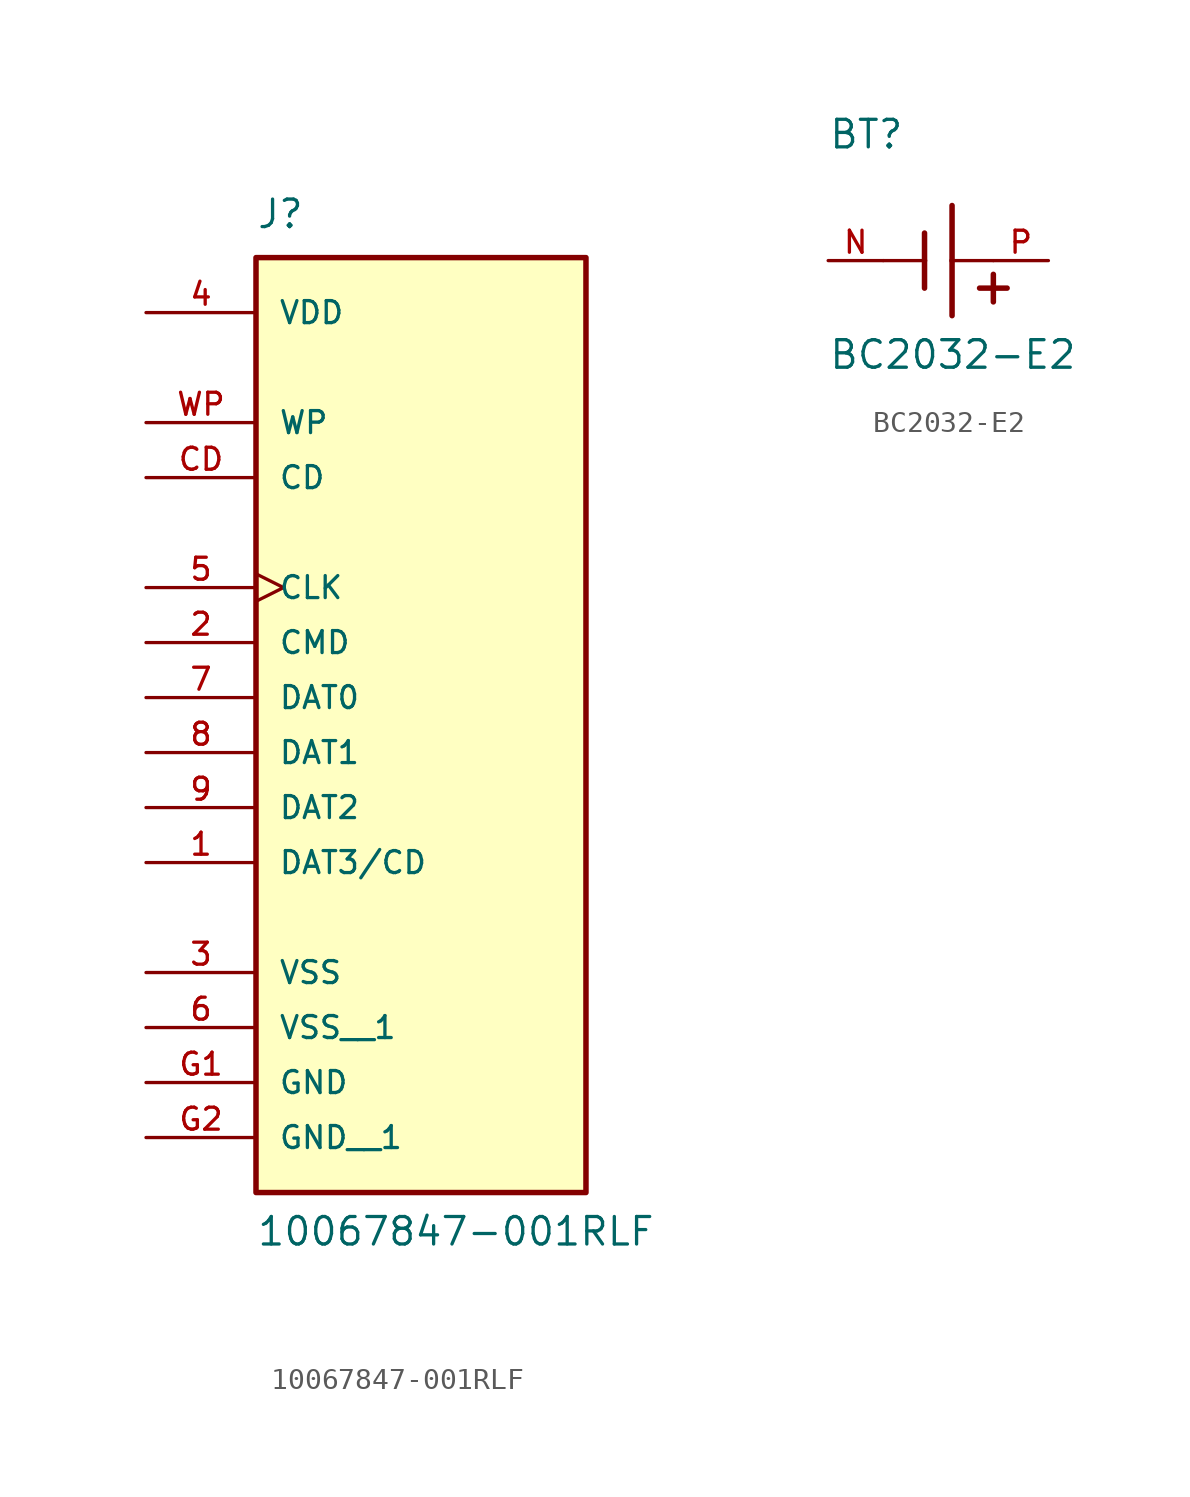
<source format=kicad_sym>
(kicad_symbol_lib
  (version 20231120)
  (generator "kicad_symbol_editor")
  (generator_version "8.0")
  (symbol "10067847-001RLF"
    (pin_names
      (offset 1.016))
    (property "Reference" "J"
      (at -7.62 19.05 0)
      (effects (font (size 1.27 1.27)) (justify left bottom)))
    (property "Value" "10067847-001RLF"
      (at -7.62 -27.94 0)
      (effects (font (size 1.27 1.27)) (justify left bottom)))
    (symbol "10067847-001RLF_0_0"
      (rectangle (start -7.62 -25.4) (end 7.62 17.78) (stroke (width 0.254) (type default)) (fill (type background)))
      (pin bidirectional line (at -12.7 -10.16 0) (length 5.08) (name "DAT3/CD" (effects (font (size 1.016 1.016)))) (number "1" (effects (font (size 1.016 1.016)))))
      (pin bidirectional line (at -12.7 0 0) (length 5.08) (name "CMD" (effects (font (size 1.016 1.016)))) (number "2" (effects (font (size 1.016 1.016)))))
      (pin power_in line (at -12.7 -15.24 0) (length 5.08) (name "VSS" (effects (font (size 1.016 1.016)))) (number "3" (effects (font (size 1.016 1.016)))))
      (pin power_in line (at -12.7 15.24 0) (length 5.08) (name "VDD" (effects (font (size 1.016 1.016)))) (number "4" (effects (font (size 1.016 1.016)))))
      (pin bidirectional clock (at -12.7 2.54 0) (length 5.08) (name "CLK" (effects (font (size 1.016 1.016)))) (number "5" (effects (font (size 1.016 1.016)))))
      (pin power_in line (at -12.7 -17.78 0) (length 5.08) (name "VSS__1" (effects (font (size 1.016 1.016)))) (number "6" (effects (font (size 1.016 1.016)))))
      (pin bidirectional line (at -12.7 -2.54 0) (length 5.08) (name "DAT0" (effects (font (size 1.016 1.016)))) (number "7" (effects (font (size 1.016 1.016)))))
      (pin bidirectional line (at -12.7 -5.08 0) (length 5.08) (name "DAT1" (effects (font (size 1.016 1.016)))) (number "8" (effects (font (size 1.016 1.016)))))
      (pin bidirectional line (at -12.7 -7.62 0) (length 5.08) (name "DAT2" (effects (font (size 1.016 1.016)))) (number "9" (effects (font (size 1.016 1.016)))))
      (pin input line (at -12.7 7.62 0) (length 5.08) (name "CD" (effects (font (size 1.016 1.016)))) (number "CD" (effects (font (size 1.016 1.016)))))
      (pin power_in line (at -12.7 -20.32 0) (length 5.08) (name "GND" (effects (font (size 1.016 1.016)))) (number "G1" (effects (font (size 1.016 1.016)))))
      (pin power_in line (at -12.7 -22.86 0) (length 5.08) (name "GND__1" (effects (font (size 1.016 1.016)))) (number "G2" (effects (font (size 1.016 1.016)))))
      (pin input line (at -12.7 10.16 0) (length 5.08) (name "WP" (effects (font (size 1.016 1.016)))) (number "WP" (effects (font (size 1.016 1.016)))))))
  (symbol "BC2032-E2"
    (pin_names
      (offset 1.016))
    (property "Reference" "BT"
      (at -5.084 5.084 0)
      (effects (font (size 1.27 1.27)) (justify left bottom)))
    (property "Value" "BC2032-E2"
      (at -5.082 -5.082 0)
      (effects (font (size 1.27 1.27)) (justify left bottom)))
    (symbol "BC2032-E2_0_0"
      (polyline (pts (xy -2.54 0) (xy -0.635 0)) (stroke (width 0.152) (type default)) (fill (type none)))
      (polyline (pts (xy -0.635 0) (xy -0.635 -1.27)) (stroke (width 0.254) (type default)) (fill (type none)))
      (polyline (pts (xy -0.635 1.27) (xy -0.635 0)) (stroke (width 0.254) (type default)) (fill (type none)))
      (polyline (pts (xy 0.635 0) (xy 0.635 -2.54)) (stroke (width 0.254) (type default)) (fill (type none)))
      (polyline (pts (xy 0.635 0) (xy 2.54 0)) (stroke (width 0.152) (type default)) (fill (type none)))
      (polyline (pts (xy 0.635 2.54) (xy 0.635 0)) (stroke (width 0.254) (type default)) (fill (type none)))
      (polyline (pts (xy 1.905 -1.27) (xy 3.175 -1.27)) (stroke (width 0.254) (type default)) (fill (type none)))
      (polyline (pts (xy 2.54 -0.635) (xy 2.54 -1.905)) (stroke (width 0.254) (type default)) (fill (type none)))
      (pin passive line (at -5.08 0 0) (length 2.54) (name "~" (effects (font (size 1.016 1.016)))) (number "N" (effects (font (size 1.016 1.016)))))
      (pin passive line (at 5.08 0 180) (length 2.54) (name "~" (effects (font (size 1.016 1.016)))) (number "P" (effects (font (size 1.016 1.016))))))))
</source>
